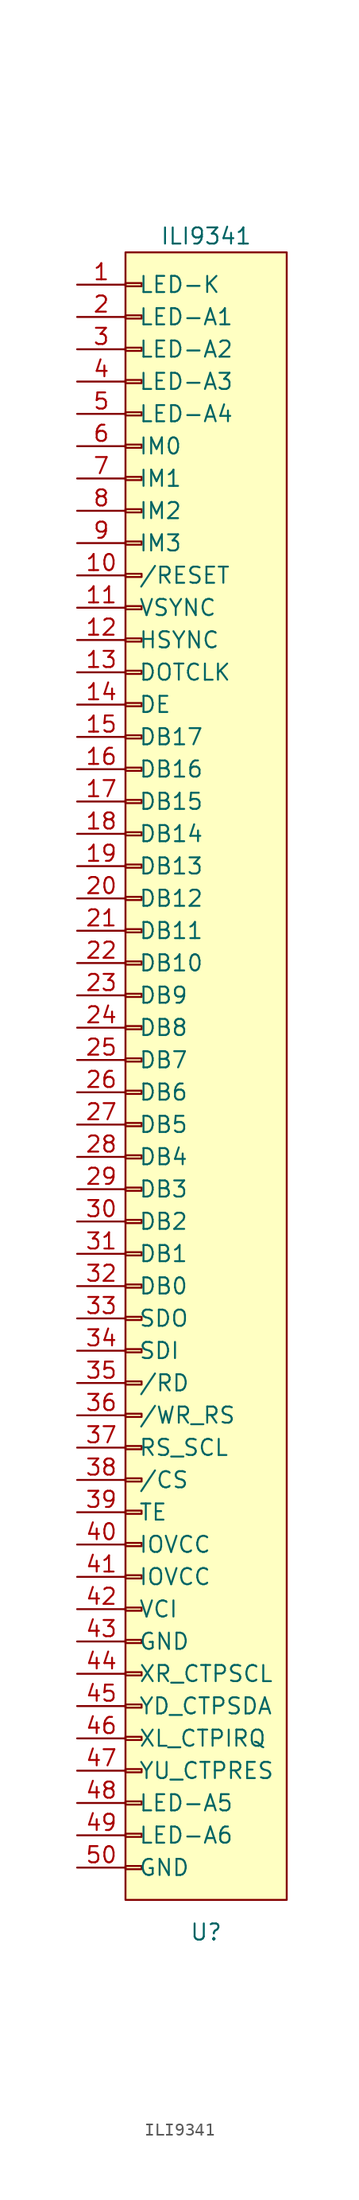
<source format=kicad_sym>
(kicad_symbol_lib
  (version 20211014)
  (generator kicad_symbol_editor)
  (symbol "ILI9341"
    (pin_names
      (offset 1.016))
    (property "Reference" "U"
      (at 0 -67.31 0)
      (effects (font (size 1.27 1.27))))
    (property "Value" "ILI9341"
      (at 0 66.04 0)
      (effects (font (size 1.27 1.27))))
    (symbol "ILI9341_0_1"
      (rectangle (start -6.35 -64.77) (end 6.35 64.77) (stroke (width 0) (type default) (color 0 0 0 0)) (fill (type background))))
    (symbol "ILI9341_1_1"
      (rectangle (start -6.35 -62.103) (end -5.08 -62.357) (stroke (width 0.152) (type default) (color 0 0 0 0)) (fill (type none)))
      (rectangle (start -6.35 -59.563) (end -5.08 -59.817) (stroke (width 0.152) (type default) (color 0 0 0 0)) (fill (type none)))
      (rectangle (start -6.35 -57.023) (end -5.08 -57.277) (stroke (width 0.152) (type default) (color 0 0 0 0)) (fill (type none)))
      (rectangle (start -6.35 -54.483) (end -5.08 -54.737) (stroke (width 0.152) (type default) (color 0 0 0 0)) (fill (type none)))
      (rectangle (start -6.35 -51.943) (end -5.08 -52.197) (stroke (width 0.152) (type default) (color 0 0 0 0)) (fill (type none)))
      (rectangle (start -6.35 -49.403) (end -5.08 -49.657) (stroke (width 0.152) (type default) (color 0 0 0 0)) (fill (type none)))
      (rectangle (start -6.35 -46.863) (end -5.08 -47.117) (stroke (width 0.152) (type default) (color 0 0 0 0)) (fill (type none)))
      (rectangle (start -6.35 -44.323) (end -5.08 -44.577) (stroke (width 0.152) (type default) (color 0 0 0 0)) (fill (type none)))
      (rectangle (start -6.35 -41.783) (end -5.08 -42.037) (stroke (width 0.152) (type default) (color 0 0 0 0)) (fill (type none)))
      (rectangle (start -6.35 -39.243) (end -5.08 -39.497) (stroke (width 0.152) (type default) (color 0 0 0 0)) (fill (type none)))
      (rectangle (start -6.35 -36.703) (end -5.08 -36.957) (stroke (width 0.152) (type default) (color 0 0 0 0)) (fill (type none)))
      (rectangle (start -6.35 -34.163) (end -5.08 -34.417) (stroke (width 0.152) (type default) (color 0 0 0 0)) (fill (type none)))
      (rectangle (start -6.35 -31.623) (end -5.08 -31.877) (stroke (width 0.152) (type default) (color 0 0 0 0)) (fill (type none)))
      (rectangle (start -6.35 -29.083) (end -5.08 -29.337) (stroke (width 0.152) (type default) (color 0 0 0 0)) (fill (type none)))
      (rectangle (start -6.35 -26.543) (end -5.08 -26.797) (stroke (width 0.152) (type default) (color 0 0 0 0)) (fill (type none)))
      (rectangle (start -6.35 -24.003) (end -5.08 -24.257) (stroke (width 0.152) (type default) (color 0 0 0 0)) (fill (type none)))
      (rectangle (start -6.35 -21.463) (end -5.08 -21.717) (stroke (width 0.152) (type default) (color 0 0 0 0)) (fill (type none)))
      (rectangle (start -6.35 -18.923) (end -5.08 -19.177) (stroke (width 0.152) (type default) (color 0 0 0 0)) (fill (type none)))
      (rectangle (start -6.35 -16.383) (end -5.08 -16.637) (stroke (width 0.152) (type default) (color 0 0 0 0)) (fill (type none)))
      (rectangle (start -6.35 -13.843) (end -5.08 -14.097) (stroke (width 0.152) (type default) (color 0 0 0 0)) (fill (type none)))
      (rectangle (start -6.35 -11.303) (end -5.08 -11.557) (stroke (width 0.152) (type default) (color 0 0 0 0)) (fill (type none)))
      (rectangle (start -6.35 -8.763) (end -5.08 -9.017) (stroke (width 0.152) (type default) (color 0 0 0 0)) (fill (type none)))
      (rectangle (start -6.35 -6.223) (end -5.08 -6.477) (stroke (width 0.152) (type default) (color 0 0 0 0)) (fill (type none)))
      (rectangle (start -6.35 -3.683) (end -5.08 -3.937) (stroke (width 0.152) (type default) (color 0 0 0 0)) (fill (type none)))
      (rectangle (start -6.35 -1.143) (end -5.08 -1.397) (stroke (width 0.152) (type default) (color 0 0 0 0)) (fill (type none)))
      (rectangle (start -6.35 1.397) (end -5.08 1.143) (stroke (width 0.152) (type default) (color 0 0 0 0)) (fill (type none)))
      (rectangle (start -6.35 3.937) (end -5.08 3.683) (stroke (width 0.152) (type default) (color 0 0 0 0)) (fill (type none)))
      (rectangle (start -6.35 6.477) (end -5.08 6.223) (stroke (width 0.152) (type default) (color 0 0 0 0)) (fill (type none)))
      (rectangle (start -6.35 9.017) (end -5.08 8.763) (stroke (width 0.152) (type default) (color 0 0 0 0)) (fill (type none)))
      (rectangle (start -6.35 11.557) (end -5.08 11.303) (stroke (width 0.152) (type default) (color 0 0 0 0)) (fill (type none)))
      (rectangle (start -6.35 14.097) (end -5.08 13.843) (stroke (width 0.152) (type default) (color 0 0 0 0)) (fill (type none)))
      (rectangle (start -6.35 16.637) (end -5.08 16.383) (stroke (width 0.152) (type default) (color 0 0 0 0)) (fill (type none)))
      (rectangle (start -6.35 19.177) (end -5.08 18.923) (stroke (width 0.152) (type default) (color 0 0 0 0)) (fill (type none)))
      (rectangle (start -6.35 21.717) (end -5.08 21.463) (stroke (width 0.152) (type default) (color 0 0 0 0)) (fill (type none)))
      (rectangle (start -6.35 24.257) (end -5.08 24.003) (stroke (width 0.152) (type default) (color 0 0 0 0)) (fill (type none)))
      (rectangle (start -6.35 26.797) (end -5.08 26.543) (stroke (width 0.152) (type default) (color 0 0 0 0)) (fill (type none)))
      (rectangle (start -6.35 29.337) (end -5.08 29.083) (stroke (width 0.152) (type default) (color 0 0 0 0)) (fill (type none)))
      (rectangle (start -6.35 31.877) (end -5.08 31.623) (stroke (width 0.152) (type default) (color 0 0 0 0)) (fill (type none)))
      (rectangle (start -6.35 34.417) (end -5.08 34.163) (stroke (width 0.152) (type default) (color 0 0 0 0)) (fill (type none)))
      (rectangle (start -6.35 36.957) (end -5.08 36.703) (stroke (width 0.152) (type default) (color 0 0 0 0)) (fill (type none)))
      (rectangle (start -6.35 39.497) (end -5.08 39.243) (stroke (width 0.152) (type default) (color 0 0 0 0)) (fill (type none)))
      (rectangle (start -6.35 42.037) (end -5.08 41.783) (stroke (width 0.152) (type default) (color 0 0 0 0)) (fill (type none)))
      (rectangle (start -6.35 44.577) (end -5.08 44.323) (stroke (width 0.152) (type default) (color 0 0 0 0)) (fill (type none)))
      (rectangle (start -6.35 47.117) (end -5.08 46.863) (stroke (width 0.152) (type default) (color 0 0 0 0)) (fill (type none)))
      (rectangle (start -6.35 49.657) (end -5.08 49.403) (stroke (width 0.152) (type default) (color 0 0 0 0)) (fill (type none)))
      (rectangle (start -6.35 52.197) (end -5.08 51.943) (stroke (width 0.152) (type default) (color 0 0 0 0)) (fill (type none)))
      (rectangle (start -6.35 54.737) (end -5.08 54.483) (stroke (width 0.152) (type default) (color 0 0 0 0)) (fill (type none)))
      (rectangle (start -6.35 57.277) (end -5.08 57.023) (stroke (width 0.152) (type default) (color 0 0 0 0)) (fill (type none)))
      (rectangle (start -6.35 59.817) (end -5.08 59.563) (stroke (width 0.152) (type default) (color 0 0 0 0)) (fill (type none)))
      (rectangle (start -6.35 62.357) (end -5.08 62.103) (stroke (width 0.152) (type default) (color 0 0 0 0)) (fill (type none)))
      (pin passive line (at -10.16 62.23 0) (length 3.81) (name "LED-K" (effects (font (size 1.27 1.27)))) (number "1" (effects (font (size 1.27 1.27)))))
      (pin passive line (at -10.16 39.37 0) (length 3.81) (name "/RESET" (effects (font (size 1.27 1.27)))) (number "10" (effects (font (size 1.27 1.27)))))
      (pin passive line (at -10.16 36.83 0) (length 3.81) (name "VSYNC" (effects (font (size 1.27 1.27)))) (number "11" (effects (font (size 1.27 1.27)))))
      (pin passive line (at -10.16 34.29 0) (length 3.81) (name "HSYNC" (effects (font (size 1.27 1.27)))) (number "12" (effects (font (size 1.27 1.27)))))
      (pin passive line (at -10.16 31.75 0) (length 3.81) (name "DOTCLK" (effects (font (size 1.27 1.27)))) (number "13" (effects (font (size 1.27 1.27)))))
      (pin passive line (at -10.16 29.21 0) (length 3.81) (name "DE" (effects (font (size 1.27 1.27)))) (number "14" (effects (font (size 1.27 1.27)))))
      (pin passive line (at -10.16 26.67 0) (length 3.81) (name "DB17" (effects (font (size 1.27 1.27)))) (number "15" (effects (font (size 1.27 1.27)))))
      (pin passive line (at -10.16 24.13 0) (length 3.81) (name "DB16" (effects (font (size 1.27 1.27)))) (number "16" (effects (font (size 1.27 1.27)))))
      (pin passive line (at -10.16 21.59 0) (length 3.81) (name "DB15" (effects (font (size 1.27 1.27)))) (number "17" (effects (font (size 1.27 1.27)))))
      (pin passive line (at -10.16 19.05 0) (length 3.81) (name "DB14" (effects (font (size 1.27 1.27)))) (number "18" (effects (font (size 1.27 1.27)))))
      (pin passive line (at -10.16 16.51 0) (length 3.81) (name "DB13" (effects (font (size 1.27 1.27)))) (number "19" (effects (font (size 1.27 1.27)))))
      (pin passive line (at -10.16 59.69 0) (length 3.81) (name "LED-A1" (effects (font (size 1.27 1.27)))) (number "2" (effects (font (size 1.27 1.27)))))
      (pin passive line (at -10.16 13.97 0) (length 3.81) (name "DB12" (effects (font (size 1.27 1.27)))) (number "20" (effects (font (size 1.27 1.27)))))
      (pin passive line (at -10.16 11.43 0) (length 3.81) (name "DB11" (effects (font (size 1.27 1.27)))) (number "21" (effects (font (size 1.27 1.27)))))
      (pin passive line (at -10.16 8.89 0) (length 3.81) (name "DB10" (effects (font (size 1.27 1.27)))) (number "22" (effects (font (size 1.27 1.27)))))
      (pin passive line (at -10.16 6.35 0) (length 3.81) (name "DB9" (effects (font (size 1.27 1.27)))) (number "23" (effects (font (size 1.27 1.27)))))
      (pin passive line (at -10.16 3.81 0) (length 3.81) (name "DB8" (effects (font (size 1.27 1.27)))) (number "24" (effects (font (size 1.27 1.27)))))
      (pin passive line (at -10.16 1.27 0) (length 3.81) (name "DB7" (effects (font (size 1.27 1.27)))) (number "25" (effects (font (size 1.27 1.27)))))
      (pin passive line (at -10.16 -1.27 0) (length 3.81) (name "DB6" (effects (font (size 1.27 1.27)))) (number "26" (effects (font (size 1.27 1.27)))))
      (pin passive line (at -10.16 -3.81 0) (length 3.81) (name "DB5" (effects (font (size 1.27 1.27)))) (number "27" (effects (font (size 1.27 1.27)))))
      (pin passive line (at -10.16 -6.35 0) (length 3.81) (name "DB4" (effects (font (size 1.27 1.27)))) (number "28" (effects (font (size 1.27 1.27)))))
      (pin passive line (at -10.16 -8.89 0) (length 3.81) (name "DB3" (effects (font (size 1.27 1.27)))) (number "29" (effects (font (size 1.27 1.27)))))
      (pin passive line (at -10.16 57.15 0) (length 3.81) (name "LED-A2" (effects (font (size 1.27 1.27)))) (number "3" (effects (font (size 1.27 1.27)))))
      (pin passive line (at -10.16 -11.43 0) (length 3.81) (name "DB2" (effects (font (size 1.27 1.27)))) (number "30" (effects (font (size 1.27 1.27)))))
      (pin passive line (at -10.16 -13.97 0) (length 3.81) (name "DB1" (effects (font (size 1.27 1.27)))) (number "31" (effects (font (size 1.27 1.27)))))
      (pin passive line (at -10.16 -16.51 0) (length 3.81) (name "DB0" (effects (font (size 1.27 1.27)))) (number "32" (effects (font (size 1.27 1.27)))))
      (pin passive line (at -10.16 -19.05 0) (length 3.81) (name "SDO" (effects (font (size 1.27 1.27)))) (number "33" (effects (font (size 1.27 1.27)))))
      (pin passive line (at -10.16 -21.59 0) (length 3.81) (name "SDI" (effects (font (size 1.27 1.27)))) (number "34" (effects (font (size 1.27 1.27)))))
      (pin passive line (at -10.16 -24.13 0) (length 3.81) (name "/RD" (effects (font (size 1.27 1.27)))) (number "35" (effects (font (size 1.27 1.27)))))
      (pin passive line (at -10.16 -26.67 0) (length 3.81) (name "/WR_RS" (effects (font (size 1.27 1.27)))) (number "36" (effects (font (size 1.27 1.27)))))
      (pin passive line (at -10.16 -29.21 0) (length 3.81) (name "RS_SCL" (effects (font (size 1.27 1.27)))) (number "37" (effects (font (size 1.27 1.27)))))
      (pin passive line (at -10.16 -31.75 0) (length 3.81) (name "/CS" (effects (font (size 1.27 1.27)))) (number "38" (effects (font (size 1.27 1.27)))))
      (pin passive line (at -10.16 -34.29 0) (length 3.81) (name "TE" (effects (font (size 1.27 1.27)))) (number "39" (effects (font (size 1.27 1.27)))))
      (pin passive line (at -10.16 54.61 0) (length 3.81) (name "LED-A3" (effects (font (size 1.27 1.27)))) (number "4" (effects (font (size 1.27 1.27)))))
      (pin passive line (at -10.16 -36.83 0) (length 3.81) (name "IOVCC" (effects (font (size 1.27 1.27)))) (number "40" (effects (font (size 1.27 1.27)))))
      (pin passive line (at -10.16 -39.37 0) (length 3.81) (name "IOVCC" (effects (font (size 1.27 1.27)))) (number "41" (effects (font (size 1.27 1.27)))))
      (pin passive line (at -10.16 -41.91 0) (length 3.81) (name "VCI" (effects (font (size 1.27 1.27)))) (number "42" (effects (font (size 1.27 1.27)))))
      (pin passive line (at -10.16 -44.45 0) (length 3.81) (name "GND" (effects (font (size 1.27 1.27)))) (number "43" (effects (font (size 1.27 1.27)))))
      (pin passive line (at -10.16 -46.99 0) (length 3.81) (name "XR_CTPSCL" (effects (font (size 1.27 1.27)))) (number "44" (effects (font (size 1.27 1.27)))))
      (pin passive line (at -10.16 -49.53 0) (length 3.81) (name "YD_CTPSDA" (effects (font (size 1.27 1.27)))) (number "45" (effects (font (size 1.27 1.27)))))
      (pin passive line (at -10.16 -52.07 0) (length 3.81) (name "XL_CTPIRQ" (effects (font (size 1.27 1.27)))) (number "46" (effects (font (size 1.27 1.27)))))
      (pin passive line (at -10.16 -54.61 0) (length 3.81) (name "YU_CTPRES" (effects (font (size 1.27 1.27)))) (number "47" (effects (font (size 1.27 1.27)))))
      (pin passive line (at -10.16 -57.15 0) (length 3.81) (name "LED-A5" (effects (font (size 1.27 1.27)))) (number "48" (effects (font (size 1.27 1.27)))))
      (pin passive line (at -10.16 -59.69 0) (length 3.81) (name "LED-A6" (effects (font (size 1.27 1.27)))) (number "49" (effects (font (size 1.27 1.27)))))
      (pin passive line (at -10.16 52.07 0) (length 3.81) (name "LED-A4" (effects (font (size 1.27 1.27)))) (number "5" (effects (font (size 1.27 1.27)))))
      (pin passive line (at -10.16 -62.23 0) (length 3.81) (name "GND" (effects (font (size 1.27 1.27)))) (number "50" (effects (font (size 1.27 1.27)))))
      (pin passive line (at -10.16 49.53 0) (length 3.81) (name "IM0" (effects (font (size 1.27 1.27)))) (number "6" (effects (font (size 1.27 1.27)))))
      (pin passive line (at -10.16 46.99 0) (length 3.81) (name "IM1" (effects (font (size 1.27 1.27)))) (number "7" (effects (font (size 1.27 1.27)))))
      (pin passive line (at -10.16 44.45 0) (length 3.81) (name "IM2" (effects (font (size 1.27 1.27)))) (number "8" (effects (font (size 1.27 1.27)))))
      (pin passive line (at -10.16 41.91 0) (length 3.81) (name "IM3" (effects (font (size 1.27 1.27)))) (number "9" (effects (font (size 1.27 1.27))))))))
</source>
